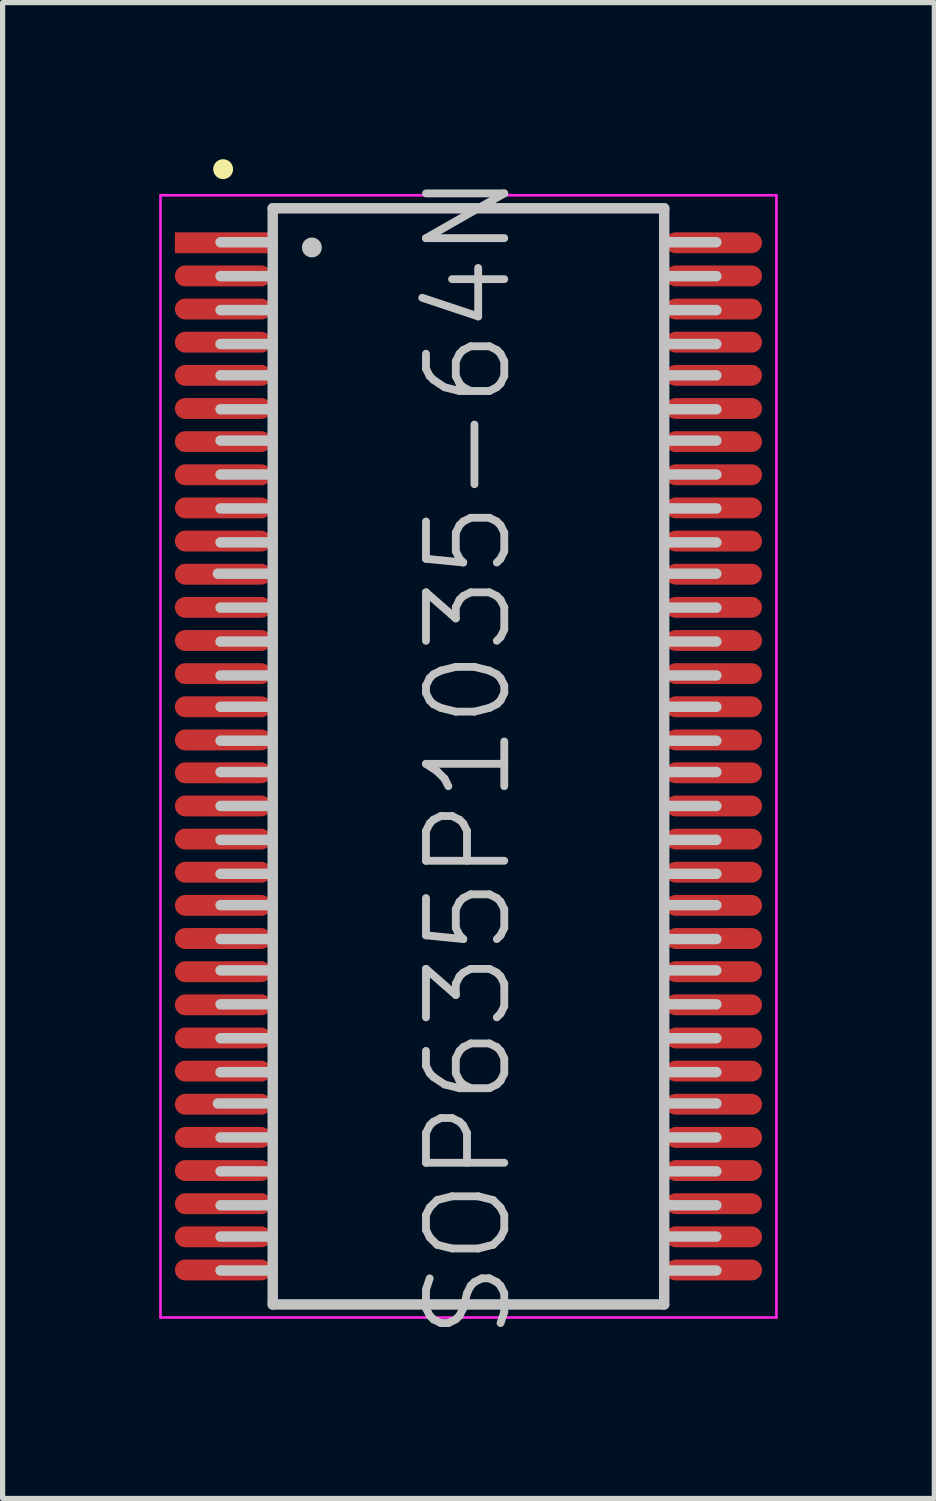
<source format=kicad_pcb>
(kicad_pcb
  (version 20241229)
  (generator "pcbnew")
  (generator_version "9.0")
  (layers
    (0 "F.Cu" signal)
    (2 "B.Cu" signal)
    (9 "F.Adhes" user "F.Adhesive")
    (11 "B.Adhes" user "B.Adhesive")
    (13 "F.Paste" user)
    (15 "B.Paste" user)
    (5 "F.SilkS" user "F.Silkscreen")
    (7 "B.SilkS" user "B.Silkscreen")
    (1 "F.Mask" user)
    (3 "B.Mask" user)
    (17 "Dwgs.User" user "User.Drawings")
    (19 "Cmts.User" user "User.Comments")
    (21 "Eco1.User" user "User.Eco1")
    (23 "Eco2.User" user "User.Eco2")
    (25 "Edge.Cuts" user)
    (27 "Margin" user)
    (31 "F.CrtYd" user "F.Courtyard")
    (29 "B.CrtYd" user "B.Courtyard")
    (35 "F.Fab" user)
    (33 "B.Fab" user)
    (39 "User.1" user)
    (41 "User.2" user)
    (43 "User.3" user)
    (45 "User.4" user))
  (footprint "SOP635P1035-64N"
    (layer "F.Cu")
    (at 5.925 11.441)
    (property "Reference" "SOP635P1035-64N" (at 0 0 90) (layer "Dwgs.User") (effects (font (size 1.5 1.5) (thickness 0.15))))
    (attr smd)
    (fp_line (start -4.7 -11.25) (end -4.7 -11.25) (stroke (width 0.381) (type solid)) (layer "F.SilkS"))
    (fp_line (start -3.8 -3.5) (end -4.8 -3.5) (stroke (width 0.2) (type solid)) (layer "Dwgs.User"))
    (fp_line (start -3.8 6.65) (end -4.8 6.65) (stroke (width 0.2) (type solid)) (layer "Dwgs.User"))
    (fp_line (start -3.75 -10.5) (end -3.75 10.5) (stroke (width 0.2) (type solid)) (layer "Dwgs.User"))
    (fp_line (start -3.75 -10.5) (end 3.75 -10.5) (stroke (width 0.2) (type solid)) (layer "Dwgs.User"))
    (fp_line (start -3.75 -9.85) (end -4.75 -9.85) (stroke (width 0.2) (type solid)) (layer "Dwgs.User"))
    (fp_line (start -3.75 -9.2) (end -4.75 -9.2) (stroke (width 0.2) (type solid)) (layer "Dwgs.User"))
    (fp_line (start -3.75 -8.55) (end -4.75 -8.55) (stroke (width 0.2) (type solid)) (layer "Dwgs.User"))
    (fp_line (start -3.75 -7.9) (end -4.75 -7.9) (stroke (width 0.2) (type solid)) (layer "Dwgs.User"))
    (fp_line (start -3.75 -7.3) (end -4.75 -7.3) (stroke (width 0.2) (type solid)) (layer "Dwgs.User"))
    (fp_line (start -3.75 -6.65) (end -4.75 -6.65) (stroke (width 0.2) (type solid)) (layer "Dwgs.User"))
    (fp_line (start -3.75 -6.05) (end -4.75 -6.05) (stroke (width 0.2) (type solid)) (layer "Dwgs.User"))
    (fp_line (start -3.75 -5.4) (end -4.75 -5.4) (stroke (width 0.2) (type solid)) (layer "Dwgs.User"))
    (fp_line (start -3.75 -4.75) (end -4.75 -4.75) (stroke (width 0.2) (type solid)) (layer "Dwgs.User"))
    (fp_line (start -3.75 -4.1) (end -4.75 -4.1) (stroke (width 0.2) (type solid)) (layer "Dwgs.User"))
    (fp_line (start -3.75 -2.85) (end -4.75 -2.85) (stroke (width 0.2) (type solid)) (layer "Dwgs.User"))
    (fp_line (start -3.75 -2.2) (end -4.75 -2.2) (stroke (width 0.2) (type solid)) (layer "Dwgs.User"))
    (fp_line (start -3.75 -1.55) (end -4.75 -1.55) (stroke (width 0.2) (type solid)) (layer "Dwgs.User"))
    (fp_line (start -3.75 -0.95) (end -4.75 -0.95) (stroke (width 0.2) (type solid)) (layer "Dwgs.User"))
    (fp_line (start -3.75 -0.3) (end -4.75 -0.3) (stroke (width 0.2) (type solid)) (layer "Dwgs.User"))
    (fp_line (start -3.75 0.3) (end -4.75 0.3) (stroke (width 0.2) (type solid)) (layer "Dwgs.User"))
    (fp_line (start -3.75 0.95) (end -4.75 0.95) (stroke (width 0.2) (type solid)) (layer "Dwgs.User"))
    (fp_line (start -3.75 1.6) (end -4.75 1.6) (stroke (width 0.2) (type solid)) (layer "Dwgs.User"))
    (fp_line (start -3.75 2.25) (end -4.75 2.25) (stroke (width 0.2) (type solid)) (layer "Dwgs.User"))
    (fp_line (start -3.75 2.85) (end -4.75 2.85) (stroke (width 0.2) (type solid)) (layer "Dwgs.User"))
    (fp_line (start -3.75 3.5) (end -4.75 3.5) (stroke (width 0.2) (type solid)) (layer "Dwgs.User"))
    (fp_line (start -3.75 4.1) (end -4.75 4.1) (stroke (width 0.2) (type solid)) (layer "Dwgs.User"))
    (fp_line (start -3.75 4.75) (end -4.75 4.75) (stroke (width 0.2) (type solid)) (layer "Dwgs.User"))
    (fp_line (start -3.75 5.4) (end -4.75 5.4) (stroke (width 0.2) (type solid)) (layer "Dwgs.User"))
    (fp_line (start -3.75 6.05) (end -4.75 6.05) (stroke (width 0.2) (type solid)) (layer "Dwgs.User"))
    (fp_line (start -3.75 7.3) (end -4.75 7.3) (stroke (width 0.2) (type solid)) (layer "Dwgs.User"))
    (fp_line (start -3.75 7.95) (end -4.75 7.95) (stroke (width 0.2) (type solid)) (layer "Dwgs.User"))
    (fp_line (start -3.75 8.6) (end -4.75 8.6) (stroke (width 0.2) (type solid)) (layer "Dwgs.User"))
    (fp_line (start -3.75 9.2) (end -4.75 9.2) (stroke (width 0.2) (type solid)) (layer "Dwgs.User"))
    (fp_line (start -3.75 9.85) (end -4.75 9.85) (stroke (width 0.2) (type solid)) (layer "Dwgs.User"))
    (fp_line (start -3.75 10.5) (end 3.75 10.5) (stroke (width 0.2) (type solid)) (layer "Dwgs.User"))
    (fp_line (start -3 -9.75) (end -3 -9.75) (stroke (width 0.381) (type solid)) (layer "Dwgs.User"))
    (fp_line (start 3.75 -10.5) (end 3.75 10.5) (stroke (width 0.2) (type solid)) (layer "Dwgs.User"))
    (fp_line (start 4.75 -9.85) (end 3.75 -9.85) (stroke (width 0.2) (type solid)) (layer "Dwgs.User"))
    (fp_line (start 4.75 -9.2) (end 3.75 -9.2) (stroke (width 0.2) (type solid)) (layer "Dwgs.User"))
    (fp_line (start 4.75 -8.55) (end 3.75 -8.55) (stroke (width 0.2) (type solid)) (layer "Dwgs.User"))
    (fp_line (start 4.75 -7.9) (end 3.75 -7.9) (stroke (width 0.2) (type solid)) (layer "Dwgs.User"))
    (fp_line (start 4.75 -7.3) (end 3.75 -7.3) (stroke (width 0.2) (type solid)) (layer "Dwgs.User"))
    (fp_line (start 4.75 -6.65) (end 3.75 -6.65) (stroke (width 0.2) (type solid)) (layer "Dwgs.User"))
    (fp_line (start 4.75 -6.05) (end 3.75 -6.05) (stroke (width 0.2) (type solid)) (layer "Dwgs.User"))
    (fp_line (start 4.75 -5.4) (end 3.75 -5.4) (stroke (width 0.2) (type solid)) (layer "Dwgs.User"))
    (fp_line (start 4.75 -4.75) (end 3.75 -4.75) (stroke (width 0.2) (type solid)) (layer "Dwgs.User"))
    (fp_line (start 4.75 -4.1) (end 3.75 -4.1) (stroke (width 0.2) (type solid)) (layer "Dwgs.User"))
    (fp_line (start 4.75 -3.5) (end 3.75 -3.5) (stroke (width 0.2) (type solid)) (layer "Dwgs.User"))
    (fp_line (start 4.75 -2.85) (end 3.75 -2.85) (stroke (width 0.2) (type solid)) (layer "Dwgs.User"))
    (fp_line (start 4.75 -2.2) (end 3.75 -2.2) (stroke (width 0.2) (type solid)) (layer "Dwgs.User"))
    (fp_line (start 4.75 -1.55) (end 3.75 -1.55) (stroke (width 0.2) (type solid)) (layer "Dwgs.User"))
    (fp_line (start 4.75 -0.95) (end 3.75 -0.95) (stroke (width 0.2) (type solid)) (layer "Dwgs.User"))
    (fp_line (start 4.75 -0.3) (end 3.75 -0.3) (stroke (width 0.2) (type solid)) (layer "Dwgs.User"))
    (fp_line (start 4.75 0.3) (end 3.75 0.3) (stroke (width 0.2) (type solid)) (layer "Dwgs.User"))
    (fp_line (start 4.75 0.95) (end 3.75 0.95) (stroke (width 0.2) (type solid)) (layer "Dwgs.User"))
    (fp_line (start 4.75 1.6) (end 3.75 1.6) (stroke (width 0.2) (type solid)) (layer "Dwgs.User"))
    (fp_line (start 4.75 2.25) (end 3.75 2.25) (stroke (width 0.2) (type solid)) (layer "Dwgs.User"))
    (fp_line (start 4.75 2.85) (end 3.75 2.85) (stroke (width 0.2) (type solid)) (layer "Dwgs.User"))
    (fp_line (start 4.75 3.5) (end 3.75 3.5) (stroke (width 0.2) (type solid)) (layer "Dwgs.User"))
    (fp_line (start 4.75 4.1) (end 3.75 4.1) (stroke (width 0.2) (type solid)) (layer "Dwgs.User"))
    (fp_line (start 4.75 4.75) (end 3.75 4.75) (stroke (width 0.2) (type solid)) (layer "Dwgs.User"))
    (fp_line (start 4.75 5.4) (end 3.75 5.4) (stroke (width 0.2) (type solid)) (layer "Dwgs.User"))
    (fp_line (start 4.75 6.05) (end 3.75 6.05) (stroke (width 0.2) (type solid)) (layer "Dwgs.User"))
    (fp_line (start 4.75 6.65) (end 3.75 6.65) (stroke (width 0.2) (type solid)) (layer "Dwgs.User"))
    (fp_line (start 4.75 7.3) (end 3.75 7.3) (stroke (width 0.2) (type solid)) (layer "Dwgs.User"))
    (fp_line (start 4.75 7.95) (end 3.75 7.95) (stroke (width 0.2) (type solid)) (layer "Dwgs.User"))
    (fp_line (start 4.75 8.6) (end 3.75 8.6) (stroke (width 0.2) (type solid)) (layer "Dwgs.User"))
    (fp_line (start 4.75 9.2) (end 3.75 9.2) (stroke (width 0.2) (type solid)) (layer "Dwgs.User"))
    (fp_line (start 4.75 9.85) (end 3.75 9.85) (stroke (width 0.2) (type solid)) (layer "Dwgs.User"))
    (fp_line (start -5.9 -10.75) (end -5.9 10.75) (stroke (width 0.05) (type solid)) (layer "F.CrtYd"))
    (fp_line (start -5.9 -10.75) (end 5.9 -10.75) (stroke (width 0.05) (type solid)) (layer "F.CrtYd"))
    (fp_line (start -5.9 10.75) (end 5.9 10.75) (stroke (width 0.05) (type solid)) (layer "F.CrtYd"))
    (fp_line (start 5.9 -10.75) (end 5.9 10.75) (stroke (width 0.05) (type solid)) (layer "F.CrtYd"))
    (pad "1" smd rect (at -4.699 -9.84 90) (size 0.4 1.85) (layers "F.Cu" "F.Mask" "F.Paste"))
    (pad "2" smd oval (at -4.699 -9.205 90) (size 0.4 1.85) (layers "F.Cu" "F.Mask" "F.Paste"))
    (pad "3" smd oval (at -4.699 -8.57 90) (size 0.4 1.85) (layers "F.Cu" "F.Mask" "F.Paste"))
    (pad "4" smd oval (at -4.699 -7.935 90) (size 0.4 1.85) (layers "F.Cu" "F.Mask" "F.Paste"))
    (pad "5" smd oval (at -4.699 -7.3 90) (size 0.4 1.85) (layers "F.Cu" "F.Mask" "F.Paste"))
    (pad "6" smd oval (at -4.699 -6.665 90) (size 0.4 1.85) (layers "F.Cu" "F.Mask" "F.Paste"))
    (pad "7" smd oval (at -4.699 -6.03 90) (size 0.4 1.85) (layers "F.Cu" "F.Mask" "F.Paste"))
    (pad "8" smd oval (at -4.699 -5.395 90) (size 0.4 1.85) (layers "F.Cu" "F.Mask" "F.Paste"))
    (pad "9" smd oval (at -4.699 -4.76 90) (size 0.4 1.85) (layers "F.Cu" "F.Mask" "F.Paste"))
    (pad "10" smd oval (at -4.699 -4.125 90) (size 0.4 1.85) (layers "F.Cu" "F.Mask" "F.Paste"))
    (pad "11" smd oval (at -4.699 -3.49 90) (size 0.4 1.85) (layers "F.Cu" "F.Mask" "F.Paste"))
    (pad "12" smd oval (at -4.699 -2.855 90) (size 0.4 1.85) (layers "F.Cu" "F.Mask" "F.Paste"))
    (pad "13" smd oval (at -4.699 -2.22 90) (size 0.4 1.85) (layers "F.Cu" "F.Mask" "F.Paste"))
    (pad "14" smd oval (at -4.699 -1.585 90) (size 0.4 1.85) (layers "F.Cu" "F.Mask" "F.Paste"))
    (pad "15" smd oval (at -4.699 -0.95 90) (size 0.4 1.85) (layers "F.Cu" "F.Mask" "F.Paste"))
    (pad "16" smd oval (at -4.699 -0.315 90) (size 0.4 1.85) (layers "F.Cu" "F.Mask" "F.Paste"))
    (pad "17" smd oval (at -4.699 0.315 90) (size 0.4 1.85) (layers "F.Cu" "F.Mask" "F.Paste"))
    (pad "18" smd oval (at -4.699 0.95 90) (size 0.4 1.85) (layers "F.Cu" "F.Mask" "F.Paste"))
    (pad "19" smd oval (at -4.699 1.585 90) (size 0.4 1.85) (layers "F.Cu" "F.Mask" "F.Paste"))
    (pad "20" smd oval (at -4.699 2.22 90) (size 0.4 1.85) (layers "F.Cu" "F.Mask" "F.Paste"))
    (pad "21" smd oval (at -4.699 2.855 90) (size 0.4 1.85) (layers "F.Cu" "F.Mask" "F.Paste"))
    (pad "22" smd oval (at -4.699 3.49 90) (size 0.4 1.85) (layers "F.Cu" "F.Mask" "F.Paste"))
    (pad "23" smd oval (at -4.699 4.125 90) (size 0.4 1.85) (layers "F.Cu" "F.Mask" "F.Paste"))
    (pad "24" smd oval (at -4.699 4.76 90) (size 0.4 1.85) (layers "F.Cu" "F.Mask" "F.Paste"))
    (pad "25" smd oval (at -4.699 5.395 90) (size 0.4 1.85) (layers "F.Cu" "F.Mask" "F.Paste"))
    (pad "26" smd oval (at -4.699 6.03 90) (size 0.4 1.85) (layers "F.Cu" "F.Mask" "F.Paste"))
    (pad "27" smd oval (at -4.699 6.665 90) (size 0.4 1.85) (layers "F.Cu" "F.Mask" "F.Paste"))
    (pad "28" smd oval (at -4.699 7.3 90) (size 0.4 1.85) (layers "F.Cu" "F.Mask" "F.Paste"))
    (pad "29" smd oval (at -4.699 7.935 90) (size 0.4 1.85) (layers "F.Cu" "F.Mask" "F.Paste"))
    (pad "30" smd oval (at -4.699 8.57 90) (size 0.4 1.85) (layers "F.Cu" "F.Mask" "F.Paste"))
    (pad "31" smd oval (at -4.699 9.205 90) (size 0.4 1.85) (layers "F.Cu" "F.Mask" "F.Paste"))
    (pad "32" smd oval (at -4.699 9.84 90) (size 0.4 1.85) (layers "F.Cu" "F.Mask" "F.Paste"))
    (pad "33" smd oval (at 4.699 9.84 270) (size 0.4 1.85) (layers "F.Cu" "F.Mask" "F.Paste"))
    (pad "34" smd oval (at 4.699 9.205 270) (size 0.4 1.85) (layers "F.Cu" "F.Mask" "F.Paste"))
    (pad "35" smd oval (at 4.699 8.57 270) (size 0.4 1.85) (layers "F.Cu" "F.Mask" "F.Paste"))
    (pad "36" smd oval (at 4.699 7.935 270) (size 0.4 1.85) (layers "F.Cu" "F.Mask" "F.Paste"))
    (pad "37" smd oval (at 4.699 7.3 270) (size 0.4 1.85) (layers "F.Cu" "F.Mask" "F.Paste"))
    (pad "38" smd oval (at 4.699 6.665 270) (size 0.4 1.85) (layers "F.Cu" "F.Mask" "F.Paste"))
    (pad "39" smd oval (at 4.699 6.03 270) (size 0.4 1.85) (layers "F.Cu" "F.Mask" "F.Paste"))
    (pad "40" smd oval (at 4.699 5.395 270) (size 0.4 1.85) (layers "F.Cu" "F.Mask" "F.Paste"))
    (pad "41" smd oval (at 4.699 4.76 270) (size 0.4 1.85) (layers "F.Cu" "F.Mask" "F.Paste"))
    (pad "42" smd oval (at 4.699 4.125 270) (size 0.4 1.85) (layers "F.Cu" "F.Mask" "F.Paste"))
    (pad "43" smd oval (at 4.699 3.49 270) (size 0.4 1.85) (layers "F.Cu" "F.Mask" "F.Paste"))
    (pad "44" smd oval (at 4.699 2.855 270) (size 0.4 1.85) (layers "F.Cu" "F.Mask" "F.Paste"))
    (pad "45" smd oval (at 4.699 2.22 270) (size 0.4 1.85) (layers "F.Cu" "F.Mask" "F.Paste"))
    (pad "46" smd oval (at 4.699 1.585 270) (size 0.4 1.85) (layers "F.Cu" "F.Mask" "F.Paste"))
    (pad "47" smd oval (at 4.699 0.95 270) (size 0.4 1.85) (layers "F.Cu" "F.Mask" "F.Paste"))
    (pad "48" smd oval (at 4.699 0.315 270) (size 0.4 1.85) (layers "F.Cu" "F.Mask" "F.Paste"))
    (pad "49" smd oval (at 4.699 -0.315 270) (size 0.4 1.85) (layers "F.Cu" "F.Mask" "F.Paste"))
    (pad "50" smd oval (at 4.699 -0.95 270) (size 0.4 1.85) (layers "F.Cu" "F.Mask" "F.Paste"))
    (pad "51" smd oval (at 4.699 -1.585 270) (size 0.4 1.85) (layers "F.Cu" "F.Mask" "F.Paste"))
    (pad "52" smd oval (at 4.699 -2.22 270) (size 0.4 1.85) (layers "F.Cu" "F.Mask" "F.Paste"))
    (pad "53" smd oval (at 4.699 -2.855 270) (size 0.4 1.85) (layers "F.Cu" "F.Mask" "F.Paste"))
    (pad "54" smd oval (at 4.699 -3.49 270) (size 0.4 1.85) (layers "F.Cu" "F.Mask" "F.Paste"))
    (pad "55" smd oval (at 4.699 -4.125 270) (size 0.4 1.85) (layers "F.Cu" "F.Mask" "F.Paste"))
    (pad "56" smd oval (at 4.699 -4.76 270) (size 0.4 1.85) (layers "F.Cu" "F.Mask" "F.Paste"))
    (pad "57" smd oval (at 4.699 -5.395 270) (size 0.4 1.85) (layers "F.Cu" "F.Mask" "F.Paste"))
    (pad "58" smd oval (at 4.699 -6.03 270) (size 0.4 1.85) (layers "F.Cu" "F.Mask" "F.Paste"))
    (pad "59" smd oval (at 4.699 -6.665 270) (size 0.4 1.85) (layers "F.Cu" "F.Mask" "F.Paste"))
    (pad "60" smd oval (at 4.699 -7.3 270) (size 0.4 1.85) (layers "F.Cu" "F.Mask" "F.Paste"))
    (pad "61" smd oval (at 4.699 -7.935 270) (size 0.4 1.85) (layers "F.Cu" "F.Mask" "F.Paste"))
    (pad "62" smd oval (at 4.699 -8.57 270) (size 0.4 1.85) (layers "F.Cu" "F.Mask" "F.Paste"))
    (pad "63" smd oval (at 4.699 -9.205 270) (size 0.4 1.85) (layers "F.Cu" "F.Mask" "F.Paste"))
    (pad "64" smd oval (at 4.699 -9.84 270) (size 0.4 1.85) (layers "F.Cu" "F.Mask" "F.Paste")))
  (gr_rect
    (start -3 -3)
    (end 14.85 25.658)
    (stroke (width 0.1) (type default))
    (fill no)
    (layer "Edge.Cuts")))
</source>
